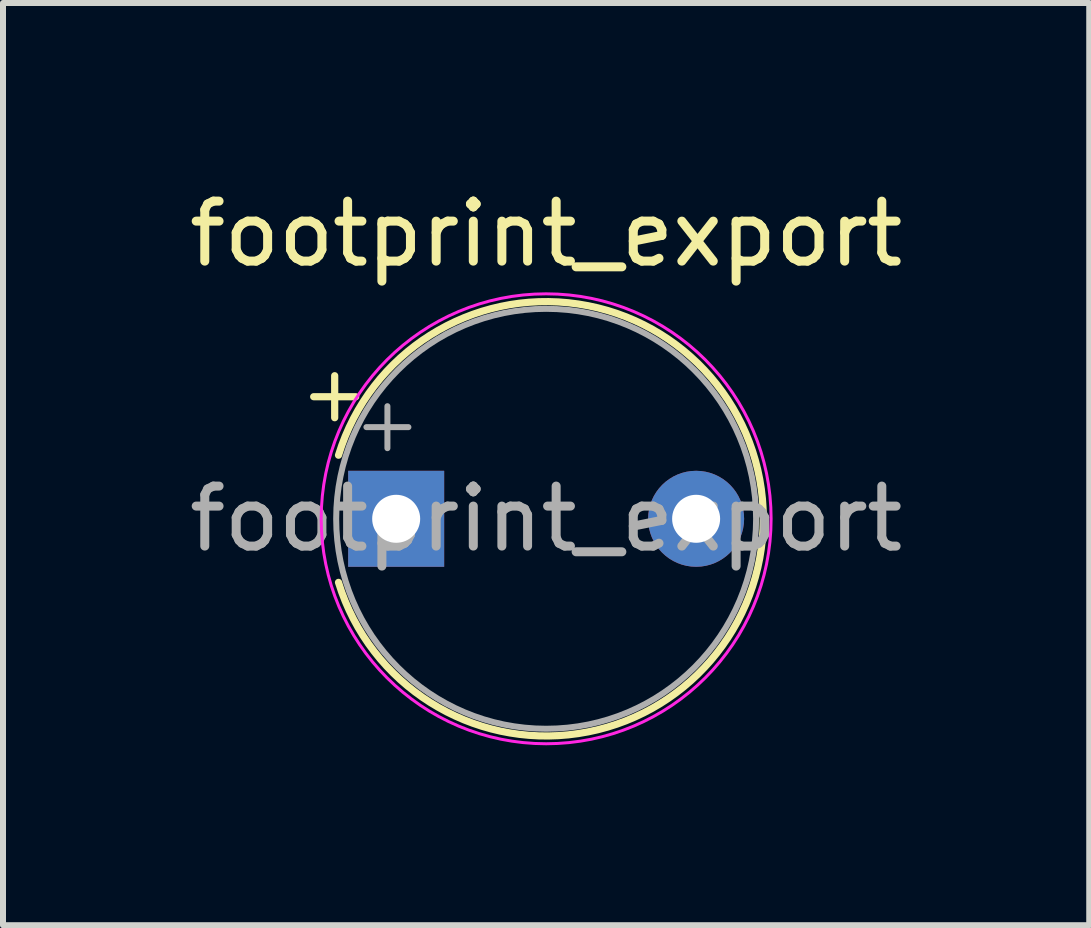
<source format=kicad_pcb>
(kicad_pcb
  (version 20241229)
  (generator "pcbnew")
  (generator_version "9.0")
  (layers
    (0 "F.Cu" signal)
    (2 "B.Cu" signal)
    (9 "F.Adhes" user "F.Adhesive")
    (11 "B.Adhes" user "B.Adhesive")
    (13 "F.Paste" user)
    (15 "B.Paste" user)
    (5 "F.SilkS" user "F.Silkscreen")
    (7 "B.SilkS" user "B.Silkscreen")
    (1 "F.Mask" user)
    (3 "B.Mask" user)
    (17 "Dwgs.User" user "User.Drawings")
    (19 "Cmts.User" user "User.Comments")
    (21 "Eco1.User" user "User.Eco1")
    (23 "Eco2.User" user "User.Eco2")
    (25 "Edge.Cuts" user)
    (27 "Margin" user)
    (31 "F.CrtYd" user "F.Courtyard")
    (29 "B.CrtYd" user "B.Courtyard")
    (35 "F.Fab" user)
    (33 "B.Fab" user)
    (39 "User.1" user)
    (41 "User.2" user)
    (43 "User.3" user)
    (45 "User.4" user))
  (footprint "footprint_export"
    (layer "F.Cu")
    (at 3.554 5.598)
    (property "Reference" "footprint_export" (at 2.5 -4.75 0) (layer "F.SilkS") (effects (font (size 1 1) (thickness 0.15))))
    (attr through_hole)
    (fp_line (start -1.375 -2.035) (end -0.675 -2.035) (stroke (width 0.12) (type solid)) (layer "F.SilkS"))
    (fp_line (start -1.025 -2.385) (end -1.025 -1.685) (stroke (width 0.12) (type solid)) (layer "F.SilkS"))
    (fp_arc (start -0.961329 -1.06) (mid 6.12 0) (end -0.961329 1.06) (stroke (width 0.12) (type solid)) (layer "F.SilkS"))
    (fp_circle (center 2.5 0) (end 6.25 0) (stroke (width 0.05) (type solid)) (fill no) (layer "F.CrtYd"))
    (fp_line (start -0.496 -1.528) (end 0.204 -1.528) (stroke (width 0.1) (type solid)) (layer "F.Fab"))
    (fp_line (start -0.146 -1.877) (end -0.146 -1.177) (stroke (width 0.1) (type solid)) (layer "F.Fab"))
    (fp_circle (center 2.5 0) (end 6 0) (stroke (width 0.1) (type solid)) (fill no) (layer "F.Fab"))
    (fp_text user "${REFERENCE}" (at 2.5 0 0) (layer "F.Fab") (effects (font (size 1 1) (thickness 0.15))))
    (pad "1" thru_hole rect (at 0 0) (size 1.6 1.6) (drill 0.8) (layers "*.Cu" "*.Mask"))
    (pad "2" thru_hole circle (at 5 0) (size 1.6 1.6) (drill 0.8) (layers "*.Cu" "*.Mask")))
  (gr_rect
    (start -3 -3)
    (end 15.107 12.373)
    (stroke (width 0.1) (type default))
    (fill no)
    (layer "Edge.Cuts")))
</source>
